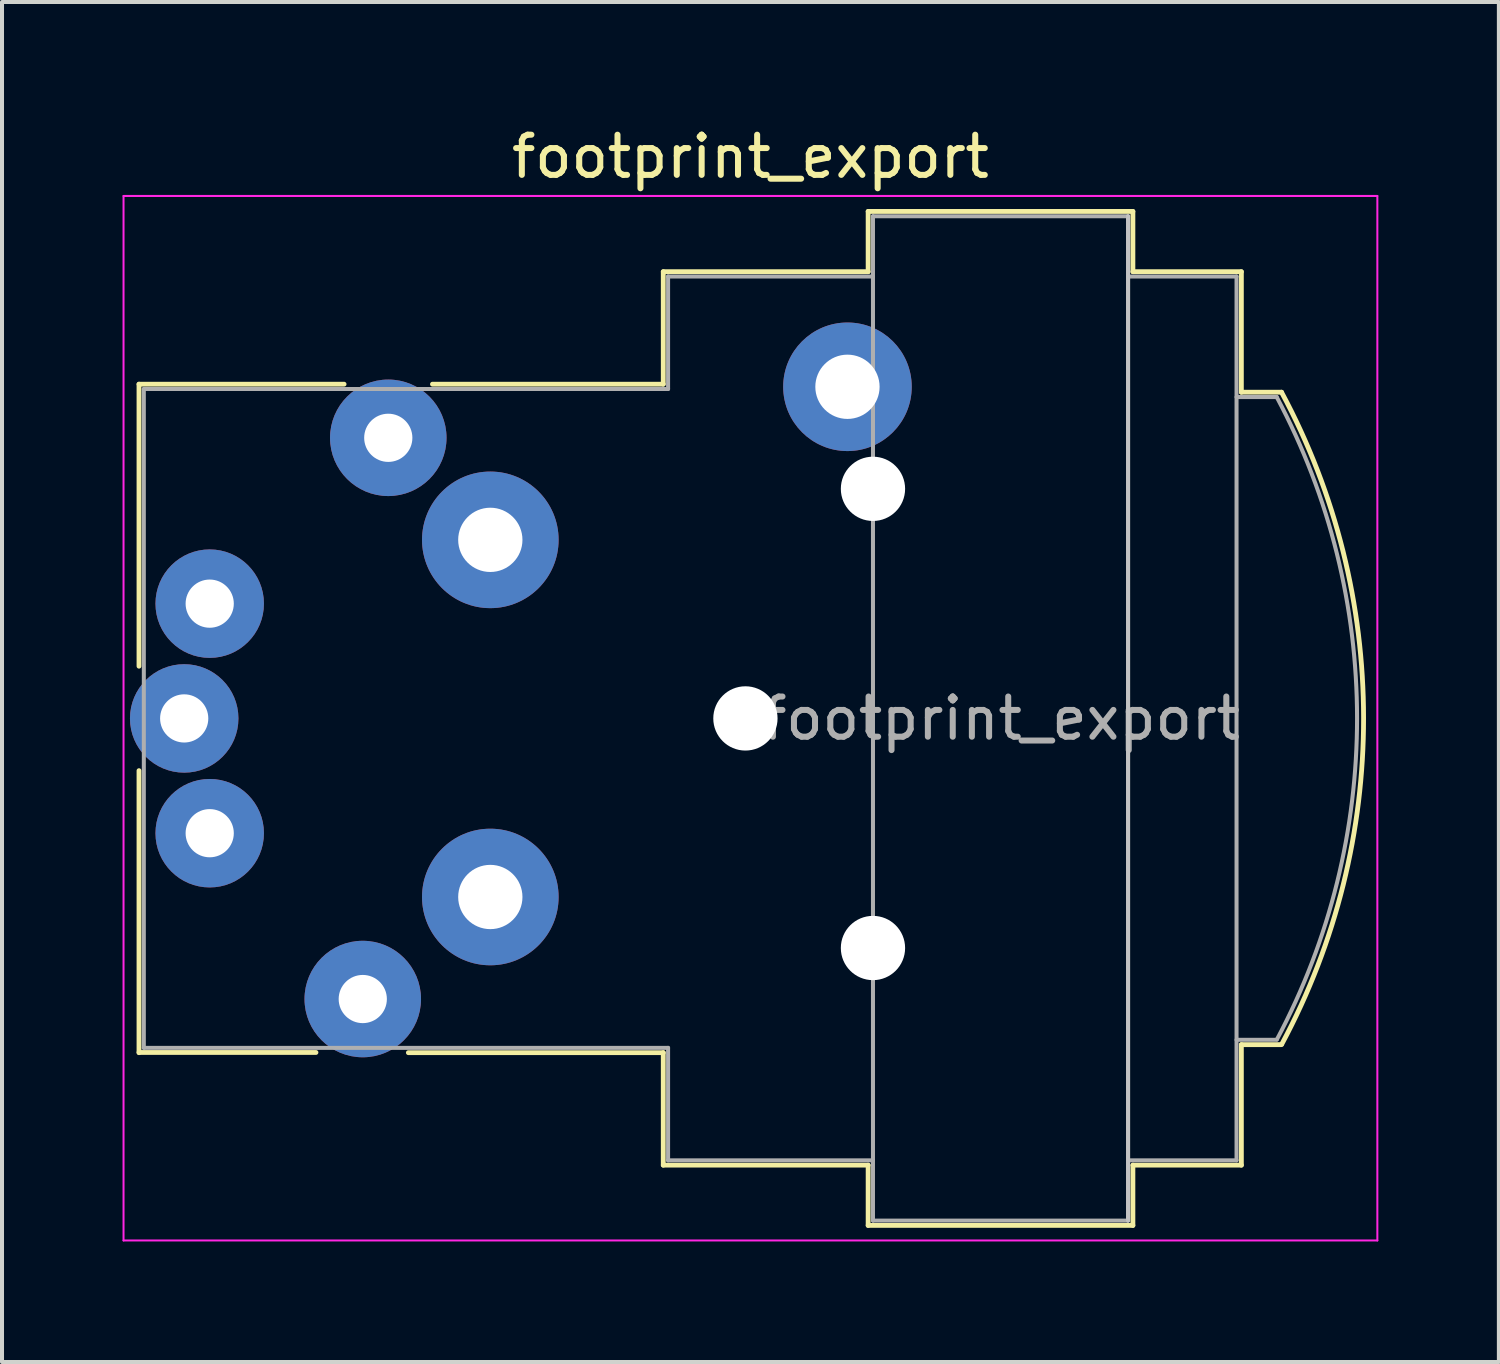
<source format=kicad_pcb>
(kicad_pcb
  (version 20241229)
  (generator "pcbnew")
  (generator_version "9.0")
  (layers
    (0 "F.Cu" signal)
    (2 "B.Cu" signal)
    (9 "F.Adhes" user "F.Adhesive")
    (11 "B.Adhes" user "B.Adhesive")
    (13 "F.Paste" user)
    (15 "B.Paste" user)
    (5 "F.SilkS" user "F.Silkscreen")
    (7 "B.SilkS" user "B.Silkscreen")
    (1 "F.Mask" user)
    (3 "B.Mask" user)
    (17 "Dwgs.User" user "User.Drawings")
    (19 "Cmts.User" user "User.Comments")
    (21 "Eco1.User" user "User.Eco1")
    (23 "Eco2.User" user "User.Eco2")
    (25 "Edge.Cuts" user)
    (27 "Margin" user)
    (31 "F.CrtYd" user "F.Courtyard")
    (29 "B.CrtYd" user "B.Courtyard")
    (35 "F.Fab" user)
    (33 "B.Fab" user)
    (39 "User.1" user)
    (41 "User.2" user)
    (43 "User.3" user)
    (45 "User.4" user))
  (footprint "footprint_export"
    (layer "F.Cu")
    (at 6.615 7.848)
    (property "Reference" "footprint_export" (at 9.015 -7 0) (layer "F.SilkS") (effects (font (size 1 1) (thickness 0.15))))
    (attr through_hole)
    (fp_line (start -6.205 -1.335) (end -6.205 5.685) (stroke (width 0.12) (type solid)) (layer "F.SilkS"))
    (fp_line (start -6.205 8.285) (end -6.205 15.305) (stroke (width 0.12) (type solid)) (layer "F.SilkS"))
    (fp_line (start -1.8 15.3) (end -6.205 15.3) (stroke (width 0.12) (type solid)) (layer "F.SilkS"))
    (fp_line (start -1.1 -1.335) (end -6.205 -1.335) (stroke (width 0.12) (type solid)) (layer "F.SilkS"))
    (fp_line (start 6.845 -4.135) (end 6.845 -1.335) (stroke (width 0.12) (type solid)) (layer "F.SilkS"))
    (fp_line (start 6.845 -1.335) (end 1.1 -1.335) (stroke (width 0.12) (type solid)) (layer "F.SilkS"))
    (fp_line (start 6.845 15.305) (end 0.5 15.305) (stroke (width 0.12) (type solid)) (layer "F.SilkS"))
    (fp_line (start 6.845 18.105) (end 6.845 15.305) (stroke (width 0.12) (type solid)) (layer "F.SilkS"))
    (fp_line (start 11.945 -4.135) (end 6.845 -4.135) (stroke (width 0.12) (type solid)) (layer "F.SilkS"))
    (fp_line (start 11.945 -4.135) (end 11.945 -5.635) (stroke (width 0.12) (type solid)) (layer "F.SilkS"))
    (fp_line (start 11.945 18.105) (end 6.845 18.105) (stroke (width 0.12) (type solid)) (layer "F.SilkS"))
    (fp_line (start 11.945 19.605) (end 11.945 18.105) (stroke (width 0.12) (type solid)) (layer "F.SilkS"))
    (fp_line (start 18.535 -5.635) (end 11.945 -5.635) (stroke (width 0.12) (type solid)) (layer "F.SilkS"))
    (fp_line (start 18.535 -5.635) (end 18.535 -4.135) (stroke (width 0.12) (type solid)) (layer "F.SilkS"))
    (fp_line (start 18.535 -4.135) (end 21.235 -4.135) (stroke (width 0.12) (type solid)) (layer "F.SilkS"))
    (fp_line (start 18.535 18.105) (end 18.535 19.605) (stroke (width 0.12) (type solid)) (layer "F.SilkS"))
    (fp_line (start 18.535 18.105) (end 21.235 18.105) (stroke (width 0.12) (type solid)) (layer "F.SilkS"))
    (fp_line (start 18.535 19.605) (end 11.945 19.605) (stroke (width 0.12) (type solid)) (layer "F.SilkS"))
    (fp_line (start 21.235 -4.135) (end 21.235 -1.135) (stroke (width 0.12) (type solid)) (layer "F.SilkS"))
    (fp_line (start 21.235 -1.135) (end 22.235 -1.135) (stroke (width 0.12) (type solid)) (layer "F.SilkS"))
    (fp_line (start 21.235 15.105) (end 21.235 18.105) (stroke (width 0.12) (type solid)) (layer "F.SilkS"))
    (fp_line (start 21.235 15.105) (end 22.235 15.105) (stroke (width 0.12) (type solid)) (layer "F.SilkS"))
    (fp_arc (start 22.235 -1.135) (mid 24.27742 6.973784) (end 22.245601 15.08523) (stroke (width 0.12) (type solid)) (layer "F.SilkS"))
    (fp_line (start 18.415 -5.515) (end 18.415 19.485) (stroke (width 0.1) (type solid)) (layer "Dwgs.User"))
    (fp_line (start -6.59 -6.02) (end -6.59 19.98) (stroke (width 0.05) (type solid)) (layer "F.CrtYd"))
    (fp_line (start 24.62 -6.02) (end -6.59 -6.02) (stroke (width 0.05) (type solid)) (layer "F.CrtYd"))
    (fp_line (start 24.62 -6.02) (end 24.62 19.98) (stroke (width 0.05) (type solid)) (layer "F.CrtYd"))
    (fp_line (start 24.62 19.98) (end -6.59 19.98) (stroke (width 0.05) (type solid)) (layer "F.CrtYd"))
    (fp_line (start -6.085 -1.215) (end -6.085 15.185) (stroke (width 0.1) (type solid)) (layer "F.Fab"))
    (fp_line (start -6.085 15.185) (end 6.965 15.185) (stroke (width 0.1) (type solid)) (layer "F.Fab"))
    (fp_line (start 6.965 -4.015) (end 6.965 -1.215) (stroke (width 0.1) (type solid)) (layer "F.Fab"))
    (fp_line (start 6.965 -1.215) (end -6.085 -1.215) (stroke (width 0.1) (type solid)) (layer "F.Fab"))
    (fp_line (start 6.965 15.185) (end 6.965 17.985) (stroke (width 0.1) (type solid)) (layer "F.Fab"))
    (fp_line (start 6.965 17.985) (end 12.065 17.985) (stroke (width 0.1) (type solid)) (layer "F.Fab"))
    (fp_line (start 12.065 -5.515) (end 18.415 -5.515) (stroke (width 0.1) (type solid)) (layer "F.Fab"))
    (fp_line (start 12.065 -4.015) (end 6.965 -4.015) (stroke (width 0.1) (type solid)) (layer "F.Fab"))
    (fp_line (start 12.065 19.485) (end 12.065 -5.515) (stroke (width 0.1) (type solid)) (layer "F.Fab"))
    (fp_line (start 18.415 -5.515) (end 18.415 19.485) (stroke (width 0.1) (type solid)) (layer "F.Fab"))
    (fp_line (start 18.415 -4.015) (end 21.115 -4.015) (stroke (width 0.1) (type solid)) (layer "F.Fab"))
    (fp_line (start 18.415 19.485) (end 12.065 19.485) (stroke (width 0.1) (type solid)) (layer "F.Fab"))
    (fp_line (start 21.115 -4.015) (end 21.115 17.985) (stroke (width 0.1) (type solid)) (layer "F.Fab"))
    (fp_line (start 21.115 -1.015) (end 22.115 -1.015) (stroke (width 0.1) (type solid)) (layer "F.Fab"))
    (fp_line (start 21.115 14.985) (end 22.115 14.985) (stroke (width 0.1) (type solid)) (layer "F.Fab"))
    (fp_line (start 21.115 17.985) (end 18.415 17.985) (stroke (width 0.1) (type solid)) (layer "F.Fab"))
    (fp_arc (start 22.115 -1.015) (mid 24.114999 6.978328) (end 22.121275 14.973223) (stroke (width 0.1) (type solid)) (layer "F.Fab"))
    (fp_text user "${REFERENCE}" (at 15.265 6.985 0) (layer "F.Fab") (effects (font (size 1 1) (thickness 0.15))))
    (pad "" np_thru_hole circle (at 8.89 6.985) (size 1.6 1.6) (drill 1.6) (layers "*.Cu" "*.Mask"))
    (pad "" np_thru_hole circle (at 12.065 1.27) (size 1.6 1.6) (drill 1.6) (layers "*.Cu" "*.Mask"))
    (pad "" np_thru_hole circle (at 12.065 12.7) (size 1.6 1.6) (drill 1.6) (layers "*.Cu" "*.Mask"))
    (pad "1" thru_hole circle (at 0 0) (size 2.9 2.9) (drill 1.2) (layers "*.Cu" "*.Mask"))
    (pad "2" thru_hole circle (at -0.635 13.97) (size 2.9 2.9) (drill 1.2) (layers "*.Cu" "*.Mask"))
    (pad "3" thru_hole circle (at -5.08 6.985) (size 2.7 2.7) (drill 1.2) (layers "*.Cu" "*.Mask"))
    (pad "G" thru_hole circle (at 11.43 -1.27) (size 3.2 3.2) (drill 1.6) (layers "*.Cu" "*.Mask"))
    (pad "R" thru_hole circle (at -4.445 9.842) (size 2.7 2.7) (drill 1.2) (layers "*.Cu" "*.Mask"))
    (pad "S" thru_hole circle (at -4.445 4.128) (size 2.7 2.7) (drill 1.2) (layers "*.Cu" "*.Mask"))
    (pad "T" thru_hole circle (at 2.54 2.54) (size 3.4 3.4) (drill 1.6) (layers "*.Cu" "*.Mask"))
    (pad "T" thru_hole circle (at 2.54 11.43) (size 3.4 3.4) (drill 1.6) (layers "*.Cu" "*.Mask")))
  (gr_rect
    (start -3 -3)
    (end 34.26 30.853)
    (stroke (width 0.1) (type default))
    (fill no)
    (layer "Edge.Cuts")))
</source>
